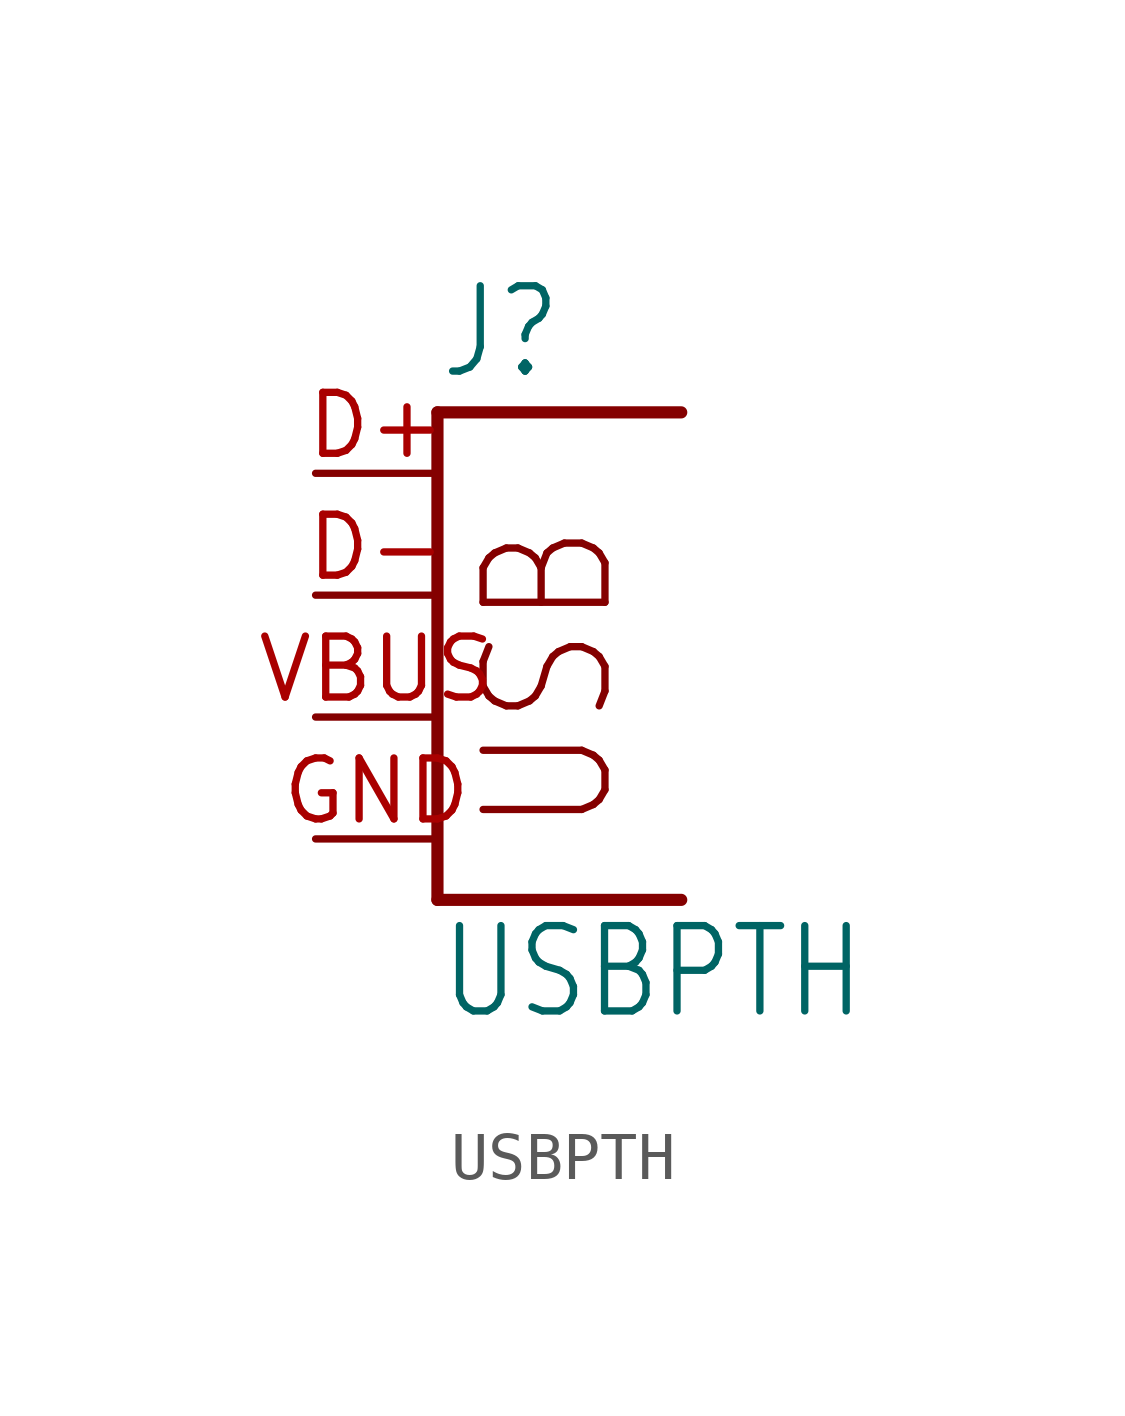
<source format=kicad_sym>
(kicad_symbol_lib
  (version 20211014)
  (generator kicad_symbol_editor)
  (symbol "USBPTH"
    (property "Reference" "J"
      (at 0 9.525 0)
      (effects (font (size 1.778 1.511)) (justify left bottom)))
    (property "Value" "USBPTH"
      (at 0 -3.81 0)
      (effects (font (size 1.778 1.511)) (justify left bottom)))
    (property "ki_locked" ""
      (at 0 0 0)
      (effects (font (size 1.27 1.27))))
    (symbol "USBPTH_1_0"
      (polyline (pts (xy 0 -1.27) (xy 5.08 -1.27)) (stroke (width 0.254) (type default) (color 0 0 0 0)) (fill (type none)))
      (polyline (pts (xy 0 8.89) (xy 0 -1.27)) (stroke (width 0.254) (type default) (color 0 0 0 0)) (fill (type none)))
      (polyline (pts (xy 5.08 8.89) (xy 0 8.89)) (stroke (width 0.254) (type default) (color 0 0 0 0)) (fill (type none)))
      (text "USB" (at 3.81 0 900) (effects (font (size 2.54 2.159)) (justify left bottom)))
      (pin bidirectional line (at -2.54 7.62 0) (length 2.54) (name "D+" (effects (font (size 0 0)))) (number "D+" (effects (font (size 1.27 1.27)))))
      (pin bidirectional line (at -2.54 5.08 0) (length 2.54) (name "D-" (effects (font (size 0 0)))) (number "D-" (effects (font (size 1.27 1.27)))))
      (pin bidirectional line (at -2.54 0 0) (length 2.54) (name "GND" (effects (font (size 0 0)))) (number "GND" (effects (font (size 1.27 1.27)))))
      (pin bidirectional line (at -2.54 2.54 0) (length 2.54) (name "VBUS" (effects (font (size 0 0)))) (number "VBUS" (effects (font (size 1.27 1.27))))))))
</source>
